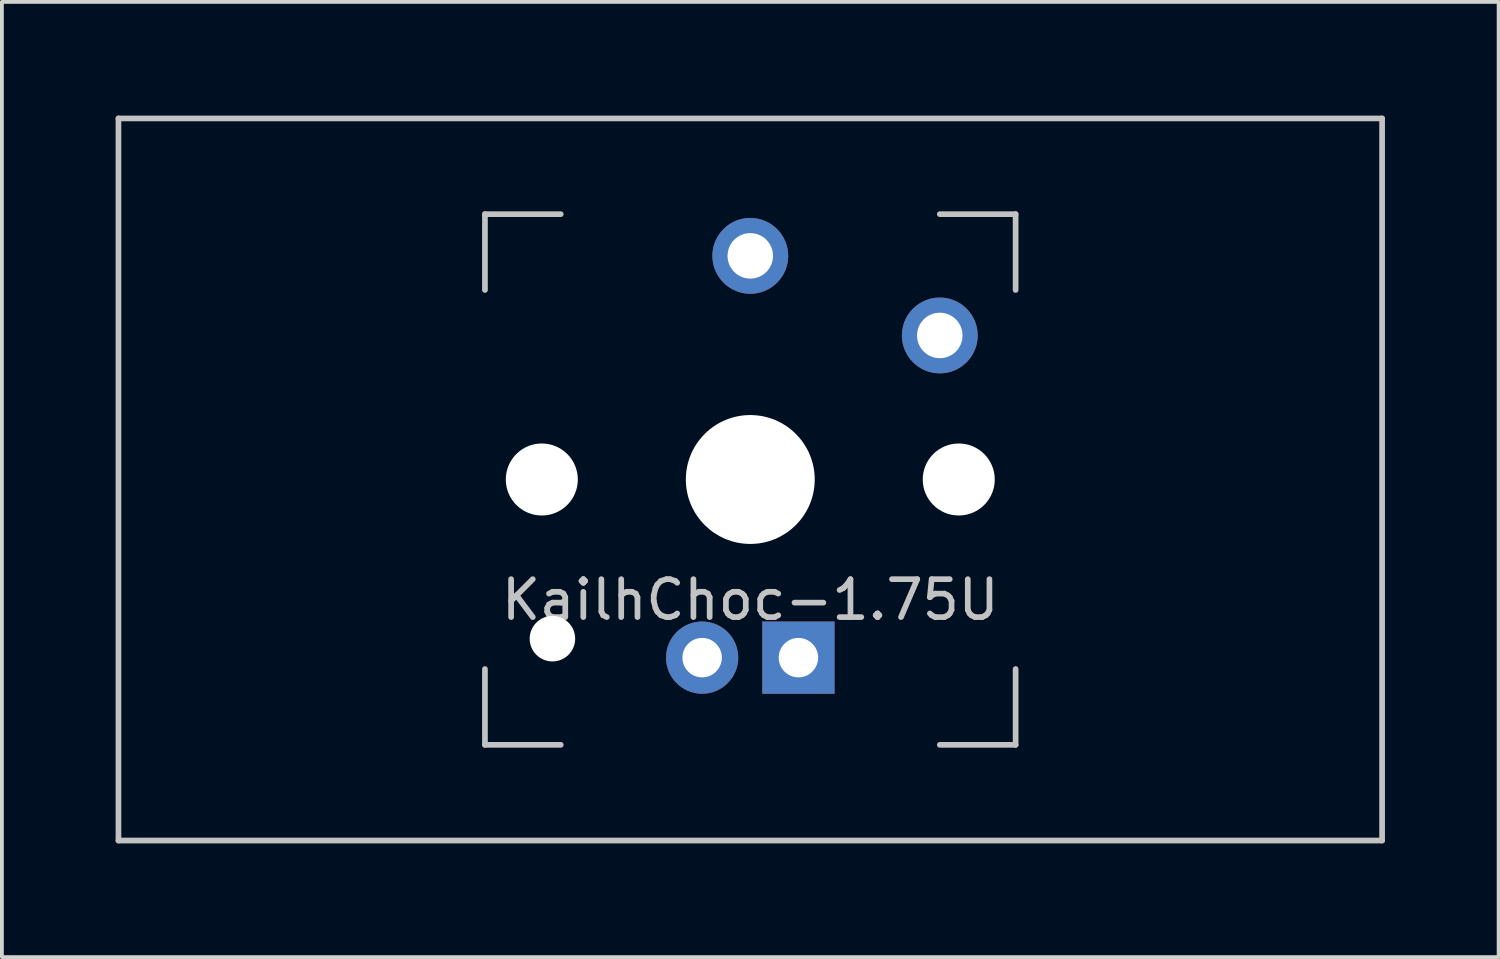
<source format=kicad_pcb>
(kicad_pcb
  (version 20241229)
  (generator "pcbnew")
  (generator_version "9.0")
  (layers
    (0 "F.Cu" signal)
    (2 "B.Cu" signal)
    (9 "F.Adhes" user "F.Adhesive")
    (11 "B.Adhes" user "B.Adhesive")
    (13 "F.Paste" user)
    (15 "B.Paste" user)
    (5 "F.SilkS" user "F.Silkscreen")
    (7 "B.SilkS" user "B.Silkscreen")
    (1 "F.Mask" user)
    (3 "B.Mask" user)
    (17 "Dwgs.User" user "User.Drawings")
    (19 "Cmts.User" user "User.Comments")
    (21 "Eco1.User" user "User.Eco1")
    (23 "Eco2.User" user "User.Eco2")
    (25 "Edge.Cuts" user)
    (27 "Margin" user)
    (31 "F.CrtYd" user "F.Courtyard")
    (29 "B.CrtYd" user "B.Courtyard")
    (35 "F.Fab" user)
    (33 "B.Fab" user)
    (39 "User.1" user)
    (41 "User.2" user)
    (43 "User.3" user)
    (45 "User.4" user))
  (footprint "KailhChoc-1.75U"
    (layer "F.Cu")
    (at 16.744 9.6)
    (property "Reference" "KailhChoc-1.75U" (at 0 3.175 0) (layer "Dwgs.User") (effects (font (size 1 1) (thickness 0.15))))
    (attr through_hole)
    (fp_line (start -16.669 -9.525) (end 16.669 -9.525) (stroke (width 0.15) (type solid)) (layer "Dwgs.User"))
    (fp_line (start -16.669 9.525) (end -16.669 -9.525) (stroke (width 0.15) (type solid)) (layer "Dwgs.User"))
    (fp_line (start -7 -7) (end -7 -5) (stroke (width 0.15) (type solid)) (layer "Dwgs.User"))
    (fp_line (start -7 5) (end -7 7) (stroke (width 0.15) (type solid)) (layer "Dwgs.User"))
    (fp_line (start -7 7) (end -5 7) (stroke (width 0.15) (type solid)) (layer "Dwgs.User"))
    (fp_line (start -5 -7) (end -7 -7) (stroke (width 0.15) (type solid)) (layer "Dwgs.User"))
    (fp_line (start 5 -7) (end 7 -7) (stroke (width 0.15) (type solid)) (layer "Dwgs.User"))
    (fp_line (start 5 7) (end 7 7) (stroke (width 0.15) (type solid)) (layer "Dwgs.User"))
    (fp_line (start 7 -7) (end 7 -5) (stroke (width 0.15) (type solid)) (layer "Dwgs.User"))
    (fp_line (start 7 7) (end 7 5) (stroke (width 0.15) (type solid)) (layer "Dwgs.User"))
    (fp_line (start 16.669 -9.525) (end 16.669 9.525) (stroke (width 0.15) (type solid)) (layer "Dwgs.User"))
    (fp_line (start 16.669 9.525) (end -16.669 9.525) (stroke (width 0.15) (type solid)) (layer "Dwgs.User"))
    (pad "" np_thru_hole circle (at -5.5 0 48.1) (size 1.9 1.9) (drill 1.9) (layers "*.Cu" "*.Mask"))
    (pad "" np_thru_hole circle (at -5.22 4.2) (size 1.2 1.2) (drill 1.2) (layers "*.Cu" "*.Mask"))
    (pad "" np_thru_hole circle (at 0 0) (size 3.4 3.4) (drill 3.4) (layers "*.Cu" "*.Mask"))
    (pad "" np_thru_hole circle (at 5.5 0 48.1) (size 1.9 1.9) (drill 1.9) (layers "*.Cu" "*.Mask"))
    (pad "1" thru_hole circle (at 5 -3.8) (size 2 2) (drill 1.2) (layers "*.Cu" "B.Mask"))
    (pad "2" thru_hole circle (at 0 -5.9) (size 2 2) (drill 1.2) (layers "*.Cu" "B.Mask"))
    (pad "3" thru_hole circle (at -1.27 4.7) (size 1.905 1.905) (drill 1.04) (layers "*.Cu" "B.Mask"))
    (pad "4" thru_hole rect (at 1.27 4.7) (size 1.905 1.905) (drill 1.04) (layers "*.Cu" "B.Mask")))
  (gr_rect
    (start -3 -3)
    (end 36.487 22.2)
    (stroke (width 0.1) (type default))
    (fill no)
    (layer "Edge.Cuts")))
</source>
